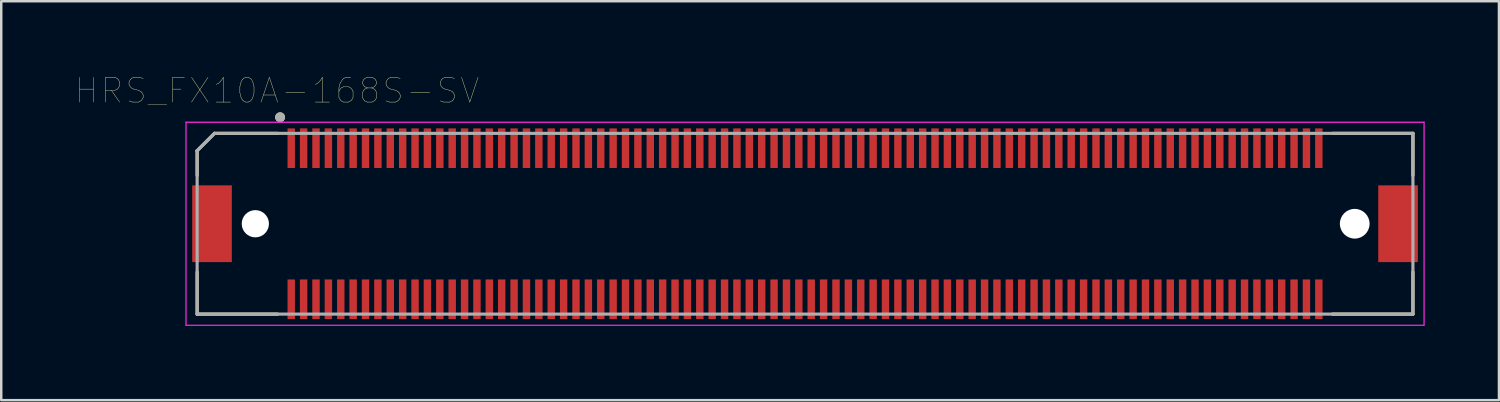
<source format=kicad_pcb>
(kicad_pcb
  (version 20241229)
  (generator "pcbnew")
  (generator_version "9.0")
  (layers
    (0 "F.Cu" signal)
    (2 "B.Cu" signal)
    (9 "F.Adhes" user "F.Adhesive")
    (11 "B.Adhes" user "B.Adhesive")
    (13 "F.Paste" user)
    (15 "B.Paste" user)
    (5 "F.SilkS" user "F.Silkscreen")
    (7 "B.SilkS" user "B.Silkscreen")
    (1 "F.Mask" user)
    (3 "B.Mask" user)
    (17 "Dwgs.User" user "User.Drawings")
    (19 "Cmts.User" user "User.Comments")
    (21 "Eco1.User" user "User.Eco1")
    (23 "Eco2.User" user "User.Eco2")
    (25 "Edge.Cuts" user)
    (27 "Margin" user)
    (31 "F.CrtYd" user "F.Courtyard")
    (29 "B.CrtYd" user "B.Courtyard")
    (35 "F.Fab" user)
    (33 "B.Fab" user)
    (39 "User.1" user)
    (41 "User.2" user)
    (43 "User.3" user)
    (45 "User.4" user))
  (footprint "HRS_FX10A-168S-SV"
    (layer "F.Cu")
    (at 29.462 5.986)
    (property "Reference" "HRS_FX10A-168S-SV" (at -21.325 -5.375 0) (layer "F.SilkS") (effects (font (size 1 1) (thickness 0.015))))
    (attr through_hole)
    (fp_line (start -24.55 -2.95) (end -24.55 -1.95) (stroke (width 0.127) (type solid)) (layer "F.SilkS"))
    (fp_line (start -24.55 -2.95) (end -23.85 -3.65) (stroke (width 0.127) (type solid)) (layer "F.SilkS"))
    (fp_line (start -24.55 3.65) (end -24.55 1.95) (stroke (width 0.127) (type solid)) (layer "F.SilkS"))
    (fp_line (start -23.85 -3.65) (end -21.3 -3.65) (stroke (width 0.127) (type solid)) (layer "F.SilkS"))
    (fp_line (start -21.3 3.65) (end -24.55 3.65) (stroke (width 0.127) (type solid)) (layer "F.SilkS"))
    (fp_line (start 21.3 -3.65) (end 24.55 -3.65) (stroke (width 0.127) (type solid)) (layer "F.SilkS"))
    (fp_line (start 24.55 -3.65) (end 24.55 -1.95) (stroke (width 0.127) (type solid)) (layer "F.SilkS"))
    (fp_line (start 24.55 1.95) (end 24.55 3.65) (stroke (width 0.127) (type solid)) (layer "F.SilkS"))
    (fp_line (start 24.55 3.65) (end 21.3 3.65) (stroke (width 0.127) (type solid)) (layer "F.SilkS"))
    (fp_circle (center -21.2 -4.3) (end -21.1 -4.3) (stroke (width 0.2) (type solid)) (fill no) (layer "F.SilkS"))
    (fp_poly (pts (xy -20.875 -3.85) (xy -20.625 -3.85) (xy -20.625 -2.25) (xy -20.875 -2.25)) (stroke (width 0.01) (type solid)) (fill yes) (layer "F.Paste"))
    (fp_poly (pts (xy -20.875 2.25) (xy -20.625 2.25) (xy -20.625 3.85) (xy -20.875 3.85)) (stroke (width 0.01) (type solid)) (fill yes) (layer "F.Paste"))
    (fp_poly (pts (xy -20.375 -3.85) (xy -20.125 -3.85) (xy -20.125 -2.25) (xy -20.375 -2.25)) (stroke (width 0.01) (type solid)) (fill yes) (layer "F.Paste"))
    (fp_poly (pts (xy -20.375 2.25) (xy -20.125 2.25) (xy -20.125 3.85) (xy -20.375 3.85)) (stroke (width 0.01) (type solid)) (fill yes) (layer "F.Paste"))
    (fp_poly (pts (xy -19.875 -3.85) (xy -19.625 -3.85) (xy -19.625 -2.25) (xy -19.875 -2.25)) (stroke (width 0.01) (type solid)) (fill yes) (layer "F.Paste"))
    (fp_poly (pts (xy -19.875 2.25) (xy -19.625 2.25) (xy -19.625 3.85) (xy -19.875 3.85)) (stroke (width 0.01) (type solid)) (fill yes) (layer "F.Paste"))
    (fp_poly (pts (xy -19.375 -3.85) (xy -19.125 -3.85) (xy -19.125 -2.25) (xy -19.375 -2.25)) (stroke (width 0.01) (type solid)) (fill yes) (layer "F.Paste"))
    (fp_poly (pts (xy -19.375 2.25) (xy -19.125 2.25) (xy -19.125 3.85) (xy -19.375 3.85)) (stroke (width 0.01) (type solid)) (fill yes) (layer "F.Paste"))
    (fp_poly (pts (xy -18.875 -3.85) (xy -18.625 -3.85) (xy -18.625 -2.25) (xy -18.875 -2.25)) (stroke (width 0.01) (type solid)) (fill yes) (layer "F.Paste"))
    (fp_poly (pts (xy -18.875 2.25) (xy -18.625 2.25) (xy -18.625 3.85) (xy -18.875 3.85)) (stroke (width 0.01) (type solid)) (fill yes) (layer "F.Paste"))
    (fp_poly (pts (xy -18.375 -3.85) (xy -18.125 -3.85) (xy -18.125 -2.25) (xy -18.375 -2.25)) (stroke (width 0.01) (type solid)) (fill yes) (layer "F.Paste"))
    (fp_poly (pts (xy -18.375 2.25) (xy -18.125 2.25) (xy -18.125 3.85) (xy -18.375 3.85)) (stroke (width 0.01) (type solid)) (fill yes) (layer "F.Paste"))
    (fp_poly (pts (xy -17.875 -3.85) (xy -17.625 -3.85) (xy -17.625 -2.25) (xy -17.875 -2.25)) (stroke (width 0.01) (type solid)) (fill yes) (layer "F.Paste"))
    (fp_poly (pts (xy -17.875 2.25) (xy -17.625 2.25) (xy -17.625 3.85) (xy -17.875 3.85)) (stroke (width 0.01) (type solid)) (fill yes) (layer "F.Paste"))
    (fp_poly (pts (xy -17.375 -3.85) (xy -17.125 -3.85) (xy -17.125 -2.25) (xy -17.375 -2.25)) (stroke (width 0.01) (type solid)) (fill yes) (layer "F.Paste"))
    (fp_poly (pts (xy -17.375 2.25) (xy -17.125 2.25) (xy -17.125 3.85) (xy -17.375 3.85)) (stroke (width 0.01) (type solid)) (fill yes) (layer "F.Paste"))
    (fp_poly (pts (xy -16.875 -3.85) (xy -16.625 -3.85) (xy -16.625 -2.25) (xy -16.875 -2.25)) (stroke (width 0.01) (type solid)) (fill yes) (layer "F.Paste"))
    (fp_poly (pts (xy -16.875 2.25) (xy -16.625 2.25) (xy -16.625 3.85) (xy -16.875 3.85)) (stroke (width 0.01) (type solid)) (fill yes) (layer "F.Paste"))
    (fp_poly (pts (xy -16.375 -3.85) (xy -16.125 -3.85) (xy -16.125 -2.25) (xy -16.375 -2.25)) (stroke (width 0.01) (type solid)) (fill yes) (layer "F.Paste"))
    (fp_poly (pts (xy -16.375 2.25) (xy -16.125 2.25) (xy -16.125 3.85) (xy -16.375 3.85)) (stroke (width 0.01) (type solid)) (fill yes) (layer "F.Paste"))
    (fp_poly (pts (xy -15.875 -3.85) (xy -15.625 -3.85) (xy -15.625 -2.25) (xy -15.875 -2.25)) (stroke (width 0.01) (type solid)) (fill yes) (layer "F.Paste"))
    (fp_poly (pts (xy -15.875 2.25) (xy -15.625 2.25) (xy -15.625 3.85) (xy -15.875 3.85)) (stroke (width 0.01) (type solid)) (fill yes) (layer "F.Paste"))
    (fp_poly (pts (xy -15.375 -3.85) (xy -15.125 -3.85) (xy -15.125 -2.25) (xy -15.375 -2.25)) (stroke (width 0.01) (type solid)) (fill yes) (layer "F.Paste"))
    (fp_poly (pts (xy -15.375 2.25) (xy -15.125 2.25) (xy -15.125 3.85) (xy -15.375 3.85)) (stroke (width 0.01) (type solid)) (fill yes) (layer "F.Paste"))
    (fp_poly (pts (xy -14.875 -3.85) (xy -14.625 -3.85) (xy -14.625 -2.25) (xy -14.875 -2.25)) (stroke (width 0.01) (type solid)) (fill yes) (layer "F.Paste"))
    (fp_poly (pts (xy -14.875 2.25) (xy -14.625 2.25) (xy -14.625 3.85) (xy -14.875 3.85)) (stroke (width 0.01) (type solid)) (fill yes) (layer "F.Paste"))
    (fp_poly (pts (xy -14.375 -3.85) (xy -14.125 -3.85) (xy -14.125 -2.25) (xy -14.375 -2.25)) (stroke (width 0.01) (type solid)) (fill yes) (layer "F.Paste"))
    (fp_poly (pts (xy -14.375 2.25) (xy -14.125 2.25) (xy -14.125 3.85) (xy -14.375 3.85)) (stroke (width 0.01) (type solid)) (fill yes) (layer "F.Paste"))
    (fp_poly (pts (xy -13.875 -3.85) (xy -13.625 -3.85) (xy -13.625 -2.25) (xy -13.875 -2.25)) (stroke (width 0.01) (type solid)) (fill yes) (layer "F.Paste"))
    (fp_poly (pts (xy -13.875 2.25) (xy -13.625 2.25) (xy -13.625 3.85) (xy -13.875 3.85)) (stroke (width 0.01) (type solid)) (fill yes) (layer "F.Paste"))
    (fp_poly (pts (xy -13.375 -3.85) (xy -13.125 -3.85) (xy -13.125 -2.25) (xy -13.375 -2.25)) (stroke (width 0.01) (type solid)) (fill yes) (layer "F.Paste"))
    (fp_poly (pts (xy -13.375 2.25) (xy -13.125 2.25) (xy -13.125 3.85) (xy -13.375 3.85)) (stroke (width 0.01) (type solid)) (fill yes) (layer "F.Paste"))
    (fp_poly (pts (xy -12.875 -3.85) (xy -12.625 -3.85) (xy -12.625 -2.25) (xy -12.875 -2.25)) (stroke (width 0.01) (type solid)) (fill yes) (layer "F.Paste"))
    (fp_poly (pts (xy -12.875 2.25) (xy -12.625 2.25) (xy -12.625 3.85) (xy -12.875 3.85)) (stroke (width 0.01) (type solid)) (fill yes) (layer "F.Paste"))
    (fp_poly (pts (xy -12.375 -3.85) (xy -12.125 -3.85) (xy -12.125 -2.25) (xy -12.375 -2.25)) (stroke (width 0.01) (type solid)) (fill yes) (layer "F.Paste"))
    (fp_poly (pts (xy -12.375 2.25) (xy -12.125 2.25) (xy -12.125 3.85) (xy -12.375 3.85)) (stroke (width 0.01) (type solid)) (fill yes) (layer "F.Paste"))
    (fp_poly (pts (xy -11.875 -3.85) (xy -11.625 -3.85) (xy -11.625 -2.25) (xy -11.875 -2.25)) (stroke (width 0.01) (type solid)) (fill yes) (layer "F.Paste"))
    (fp_poly (pts (xy -11.875 2.25) (xy -11.625 2.25) (xy -11.625 3.85) (xy -11.875 3.85)) (stroke (width 0.01) (type solid)) (fill yes) (layer "F.Paste"))
    (fp_poly (pts (xy -11.375 -3.85) (xy -11.125 -3.85) (xy -11.125 -2.25) (xy -11.375 -2.25)) (stroke (width 0.01) (type solid)) (fill yes) (layer "F.Paste"))
    (fp_poly (pts (xy -11.375 2.25) (xy -11.125 2.25) (xy -11.125 3.85) (xy -11.375 3.85)) (stroke (width 0.01) (type solid)) (fill yes) (layer "F.Paste"))
    (fp_poly (pts (xy -10.875 -3.85) (xy -10.625 -3.85) (xy -10.625 -2.25) (xy -10.875 -2.25)) (stroke (width 0.01) (type solid)) (fill yes) (layer "F.Paste"))
    (fp_poly (pts (xy -10.875 2.25) (xy -10.625 2.25) (xy -10.625 3.85) (xy -10.875 3.85)) (stroke (width 0.01) (type solid)) (fill yes) (layer "F.Paste"))
    (fp_poly (pts (xy -10.375 -3.85) (xy -10.125 -3.85) (xy -10.125 -2.25) (xy -10.375 -2.25)) (stroke (width 0.01) (type solid)) (fill yes) (layer "F.Paste"))
    (fp_poly (pts (xy -10.375 2.25) (xy -10.125 2.25) (xy -10.125 3.85) (xy -10.375 3.85)) (stroke (width 0.01) (type solid)) (fill yes) (layer "F.Paste"))
    (fp_poly (pts (xy -9.875 -3.85) (xy -9.625 -3.85) (xy -9.625 -2.25) (xy -9.875 -2.25)) (stroke (width 0.01) (type solid)) (fill yes) (layer "F.Paste"))
    (fp_poly (pts (xy -9.875 2.25) (xy -9.625 2.25) (xy -9.625 3.85) (xy -9.875 3.85)) (stroke (width 0.01) (type solid)) (fill yes) (layer "F.Paste"))
    (fp_poly (pts (xy -9.375 -3.85) (xy -9.125 -3.85) (xy -9.125 -2.25) (xy -9.375 -2.25)) (stroke (width 0.01) (type solid)) (fill yes) (layer "F.Paste"))
    (fp_poly (pts (xy -9.375 2.25) (xy -9.125 2.25) (xy -9.125 3.85) (xy -9.375 3.85)) (stroke (width 0.01) (type solid)) (fill yes) (layer "F.Paste"))
    (fp_poly (pts (xy -8.875 -3.85) (xy -8.625 -3.85) (xy -8.625 -2.25) (xy -8.875 -2.25)) (stroke (width 0.01) (type solid)) (fill yes) (layer "F.Paste"))
    (fp_poly (pts (xy -8.875 2.25) (xy -8.625 2.25) (xy -8.625 3.85) (xy -8.875 3.85)) (stroke (width 0.01) (type solid)) (fill yes) (layer "F.Paste"))
    (fp_poly (pts (xy -8.375 -3.85) (xy -8.125 -3.85) (xy -8.125 -2.25) (xy -8.375 -2.25)) (stroke (width 0.01) (type solid)) (fill yes) (layer "F.Paste"))
    (fp_poly (pts (xy -8.375 2.25) (xy -8.125 2.25) (xy -8.125 3.85) (xy -8.375 3.85)) (stroke (width 0.01) (type solid)) (fill yes) (layer "F.Paste"))
    (fp_poly (pts (xy -7.875 -3.85) (xy -7.625 -3.85) (xy -7.625 -2.25) (xy -7.875 -2.25)) (stroke (width 0.01) (type solid)) (fill yes) (layer "F.Paste"))
    (fp_poly (pts (xy -7.875 2.25) (xy -7.625 2.25) (xy -7.625 3.85) (xy -7.875 3.85)) (stroke (width 0.01) (type solid)) (fill yes) (layer "F.Paste"))
    (fp_poly (pts (xy -7.375 -3.85) (xy -7.125 -3.85) (xy -7.125 -2.25) (xy -7.375 -2.25)) (stroke (width 0.01) (type solid)) (fill yes) (layer "F.Paste"))
    (fp_poly (pts (xy -7.375 2.25) (xy -7.125 2.25) (xy -7.125 3.85) (xy -7.375 3.85)) (stroke (width 0.01) (type solid)) (fill yes) (layer "F.Paste"))
    (fp_poly (pts (xy -6.875 -3.85) (xy -6.625 -3.85) (xy -6.625 -2.25) (xy -6.875 -2.25)) (stroke (width 0.01) (type solid)) (fill yes) (layer "F.Paste"))
    (fp_poly (pts (xy -6.875 2.25) (xy -6.625 2.25) (xy -6.625 3.85) (xy -6.875 3.85)) (stroke (width 0.01) (type solid)) (fill yes) (layer "F.Paste"))
    (fp_poly (pts (xy -6.375 -3.85) (xy -6.125 -3.85) (xy -6.125 -2.25) (xy -6.375 -2.25)) (stroke (width 0.01) (type solid)) (fill yes) (layer "F.Paste"))
    (fp_poly (pts (xy -6.375 2.25) (xy -6.125 2.25) (xy -6.125 3.85) (xy -6.375 3.85)) (stroke (width 0.01) (type solid)) (fill yes) (layer "F.Paste"))
    (fp_poly (pts (xy -5.875 -3.85) (xy -5.625 -3.85) (xy -5.625 -2.25) (xy -5.875 -2.25)) (stroke (width 0.01) (type solid)) (fill yes) (layer "F.Paste"))
    (fp_poly (pts (xy -5.875 2.25) (xy -5.625 2.25) (xy -5.625 3.85) (xy -5.875 3.85)) (stroke (width 0.01) (type solid)) (fill yes) (layer "F.Paste"))
    (fp_poly (pts (xy -5.375 -3.85) (xy -5.125 -3.85) (xy -5.125 -2.25) (xy -5.375 -2.25)) (stroke (width 0.01) (type solid)) (fill yes) (layer "F.Paste"))
    (fp_poly (pts (xy -5.375 2.25) (xy -5.125 2.25) (xy -5.125 3.85) (xy -5.375 3.85)) (stroke (width 0.01) (type solid)) (fill yes) (layer "F.Paste"))
    (fp_poly (pts (xy -4.875 -3.85) (xy -4.625 -3.85) (xy -4.625 -2.25) (xy -4.875 -2.25)) (stroke (width 0.01) (type solid)) (fill yes) (layer "F.Paste"))
    (fp_poly (pts (xy -4.875 2.25) (xy -4.625 2.25) (xy -4.625 3.85) (xy -4.875 3.85)) (stroke (width 0.01) (type solid)) (fill yes) (layer "F.Paste"))
    (fp_poly (pts (xy -4.375 -3.85) (xy -4.125 -3.85) (xy -4.125 -2.25) (xy -4.375 -2.25)) (stroke (width 0.01) (type solid)) (fill yes) (layer "F.Paste"))
    (fp_poly (pts (xy -4.375 2.25) (xy -4.125 2.25) (xy -4.125 3.85) (xy -4.375 3.85)) (stroke (width 0.01) (type solid)) (fill yes) (layer "F.Paste"))
    (fp_poly (pts (xy -3.875 -3.85) (xy -3.625 -3.85) (xy -3.625 -2.25) (xy -3.875 -2.25)) (stroke (width 0.01) (type solid)) (fill yes) (layer "F.Paste"))
    (fp_poly (pts (xy -3.875 2.25) (xy -3.625 2.25) (xy -3.625 3.85) (xy -3.875 3.85)) (stroke (width 0.01) (type solid)) (fill yes) (layer "F.Paste"))
    (fp_poly (pts (xy -3.375 -3.85) (xy -3.125 -3.85) (xy -3.125 -2.25) (xy -3.375 -2.25)) (stroke (width 0.01) (type solid)) (fill yes) (layer "F.Paste"))
    (fp_poly (pts (xy -3.375 2.25) (xy -3.125 2.25) (xy -3.125 3.85) (xy -3.375 3.85)) (stroke (width 0.01) (type solid)) (fill yes) (layer "F.Paste"))
    (fp_poly (pts (xy -2.875 -3.85) (xy -2.625 -3.85) (xy -2.625 -2.25) (xy -2.875 -2.25)) (stroke (width 0.01) (type solid)) (fill yes) (layer "F.Paste"))
    (fp_poly (pts (xy -2.875 2.25) (xy -2.625 2.25) (xy -2.625 3.85) (xy -2.875 3.85)) (stroke (width 0.01) (type solid)) (fill yes) (layer "F.Paste"))
    (fp_poly (pts (xy -2.375 -3.85) (xy -2.125 -3.85) (xy -2.125 -2.25) (xy -2.375 -2.25)) (stroke (width 0.01) (type solid)) (fill yes) (layer "F.Paste"))
    (fp_poly (pts (xy -2.375 2.25) (xy -2.125 2.25) (xy -2.125 3.85) (xy -2.375 3.85)) (stroke (width 0.01) (type solid)) (fill yes) (layer "F.Paste"))
    (fp_poly (pts (xy -1.875 -3.85) (xy -1.625 -3.85) (xy -1.625 -2.25) (xy -1.875 -2.25)) (stroke (width 0.01) (type solid)) (fill yes) (layer "F.Paste"))
    (fp_poly (pts (xy -1.875 2.25) (xy -1.625 2.25) (xy -1.625 3.85) (xy -1.875 3.85)) (stroke (width 0.01) (type solid)) (fill yes) (layer "F.Paste"))
    (fp_poly (pts (xy -1.375 -3.85) (xy -1.125 -3.85) (xy -1.125 -2.25) (xy -1.375 -2.25)) (stroke (width 0.01) (type solid)) (fill yes) (layer "F.Paste"))
    (fp_poly (pts (xy -1.375 2.25) (xy -1.125 2.25) (xy -1.125 3.85) (xy -1.375 3.85)) (stroke (width 0.01) (type solid)) (fill yes) (layer "F.Paste"))
    (fp_poly (pts (xy -0.875 -3.85) (xy -0.625 -3.85) (xy -0.625 -2.25) (xy -0.875 -2.25)) (stroke (width 0.01) (type solid)) (fill yes) (layer "F.Paste"))
    (fp_poly (pts (xy -0.875 2.25) (xy -0.625 2.25) (xy -0.625 3.85) (xy -0.875 3.85)) (stroke (width 0.01) (type solid)) (fill yes) (layer "F.Paste"))
    (fp_poly (pts (xy -0.375 -3.85) (xy -0.125 -3.85) (xy -0.125 -2.25) (xy -0.375 -2.25)) (stroke (width 0.01) (type solid)) (fill yes) (layer "F.Paste"))
    (fp_poly (pts (xy -0.375 2.25) (xy -0.125 2.25) (xy -0.125 3.85) (xy -0.375 3.85)) (stroke (width 0.01) (type solid)) (fill yes) (layer "F.Paste"))
    (fp_poly (pts (xy 0.125 -3.85) (xy 0.375 -3.85) (xy 0.375 -2.25) (xy 0.125 -2.25)) (stroke (width 0.01) (type solid)) (fill yes) (layer "F.Paste"))
    (fp_poly (pts (xy 0.125 2.25) (xy 0.375 2.25) (xy 0.375 3.85) (xy 0.125 3.85)) (stroke (width 0.01) (type solid)) (fill yes) (layer "F.Paste"))
    (fp_poly (pts (xy 0.625 -3.85) (xy 0.875 -3.85) (xy 0.875 -2.25) (xy 0.625 -2.25)) (stroke (width 0.01) (type solid)) (fill yes) (layer "F.Paste"))
    (fp_poly (pts (xy 0.625 2.25) (xy 0.875 2.25) (xy 0.875 3.85) (xy 0.625 3.85)) (stroke (width 0.01) (type solid)) (fill yes) (layer "F.Paste"))
    (fp_poly (pts (xy 1.125 -3.85) (xy 1.375 -3.85) (xy 1.375 -2.25) (xy 1.125 -2.25)) (stroke (width 0.01) (type solid)) (fill yes) (layer "F.Paste"))
    (fp_poly (pts (xy 1.125 2.25) (xy 1.375 2.25) (xy 1.375 3.85) (xy 1.125 3.85)) (stroke (width 0.01) (type solid)) (fill yes) (layer "F.Paste"))
    (fp_poly (pts (xy 1.625 -3.85) (xy 1.875 -3.85) (xy 1.875 -2.25) (xy 1.625 -2.25)) (stroke (width 0.01) (type solid)) (fill yes) (layer "F.Paste"))
    (fp_poly (pts (xy 1.625 2.25) (xy 1.875 2.25) (xy 1.875 3.85) (xy 1.625 3.85)) (stroke (width 0.01) (type solid)) (fill yes) (layer "F.Paste"))
    (fp_poly (pts (xy 2.125 -3.85) (xy 2.375 -3.85) (xy 2.375 -2.25) (xy 2.125 -2.25)) (stroke (width 0.01) (type solid)) (fill yes) (layer "F.Paste"))
    (fp_poly (pts (xy 2.125 2.25) (xy 2.375 2.25) (xy 2.375 3.85) (xy 2.125 3.85)) (stroke (width 0.01) (type solid)) (fill yes) (layer "F.Paste"))
    (fp_poly (pts (xy 2.625 -3.85) (xy 2.875 -3.85) (xy 2.875 -2.25) (xy 2.625 -2.25)) (stroke (width 0.01) (type solid)) (fill yes) (layer "F.Paste"))
    (fp_poly (pts (xy 2.625 2.25) (xy 2.875 2.25) (xy 2.875 3.85) (xy 2.625 3.85)) (stroke (width 0.01) (type solid)) (fill yes) (layer "F.Paste"))
    (fp_poly (pts (xy 3.125 -3.85) (xy 3.375 -3.85) (xy 3.375 -2.25) (xy 3.125 -2.25)) (stroke (width 0.01) (type solid)) (fill yes) (layer "F.Paste"))
    (fp_poly (pts (xy 3.125 2.25) (xy 3.375 2.25) (xy 3.375 3.85) (xy 3.125 3.85)) (stroke (width 0.01) (type solid)) (fill yes) (layer "F.Paste"))
    (fp_poly (pts (xy 3.625 -3.85) (xy 3.875 -3.85) (xy 3.875 -2.25) (xy 3.625 -2.25)) (stroke (width 0.01) (type solid)) (fill yes) (layer "F.Paste"))
    (fp_poly (pts (xy 3.625 2.25) (xy 3.875 2.25) (xy 3.875 3.85) (xy 3.625 3.85)) (stroke (width 0.01) (type solid)) (fill yes) (layer "F.Paste"))
    (fp_poly (pts (xy 4.125 -3.85) (xy 4.375 -3.85) (xy 4.375 -2.25) (xy 4.125 -2.25)) (stroke (width 0.01) (type solid)) (fill yes) (layer "F.Paste"))
    (fp_poly (pts (xy 4.125 2.25) (xy 4.375 2.25) (xy 4.375 3.85) (xy 4.125 3.85)) (stroke (width 0.01) (type solid)) (fill yes) (layer "F.Paste"))
    (fp_poly (pts (xy 4.625 -3.85) (xy 4.875 -3.85) (xy 4.875 -2.25) (xy 4.625 -2.25)) (stroke (width 0.01) (type solid)) (fill yes) (layer "F.Paste"))
    (fp_poly (pts (xy 4.625 2.25) (xy 4.875 2.25) (xy 4.875 3.85) (xy 4.625 3.85)) (stroke (width 0.01) (type solid)) (fill yes) (layer "F.Paste"))
    (fp_poly (pts (xy 5.125 -3.85) (xy 5.375 -3.85) (xy 5.375 -2.25) (xy 5.125 -2.25)) (stroke (width 0.01) (type solid)) (fill yes) (layer "F.Paste"))
    (fp_poly (pts (xy 5.125 2.25) (xy 5.375 2.25) (xy 5.375 3.85) (xy 5.125 3.85)) (stroke (width 0.01) (type solid)) (fill yes) (layer "F.Paste"))
    (fp_poly (pts (xy 5.625 -3.85) (xy 5.875 -3.85) (xy 5.875 -2.25) (xy 5.625 -2.25)) (stroke (width 0.01) (type solid)) (fill yes) (layer "F.Paste"))
    (fp_poly (pts (xy 5.625 2.25) (xy 5.875 2.25) (xy 5.875 3.85) (xy 5.625 3.85)) (stroke (width 0.01) (type solid)) (fill yes) (layer "F.Paste"))
    (fp_poly (pts (xy 6.125 -3.85) (xy 6.375 -3.85) (xy 6.375 -2.25) (xy 6.125 -2.25)) (stroke (width 0.01) (type solid)) (fill yes) (layer "F.Paste"))
    (fp_poly (pts (xy 6.125 2.25) (xy 6.375 2.25) (xy 6.375 3.85) (xy 6.125 3.85)) (stroke (width 0.01) (type solid)) (fill yes) (layer "F.Paste"))
    (fp_poly (pts (xy 6.625 -3.85) (xy 6.875 -3.85) (xy 6.875 -2.25) (xy 6.625 -2.25)) (stroke (width 0.01) (type solid)) (fill yes) (layer "F.Paste"))
    (fp_poly (pts (xy 6.625 2.25) (xy 6.875 2.25) (xy 6.875 3.85) (xy 6.625 3.85)) (stroke (width 0.01) (type solid)) (fill yes) (layer "F.Paste"))
    (fp_poly (pts (xy 7.125 -3.85) (xy 7.375 -3.85) (xy 7.375 -2.25) (xy 7.125 -2.25)) (stroke (width 0.01) (type solid)) (fill yes) (layer "F.Paste"))
    (fp_poly (pts (xy 7.125 2.25) (xy 7.375 2.25) (xy 7.375 3.85) (xy 7.125 3.85)) (stroke (width 0.01) (type solid)) (fill yes) (layer "F.Paste"))
    (fp_poly (pts (xy 7.625 -3.85) (xy 7.875 -3.85) (xy 7.875 -2.25) (xy 7.625 -2.25)) (stroke (width 0.01) (type solid)) (fill yes) (layer "F.Paste"))
    (fp_poly (pts (xy 7.625 2.25) (xy 7.875 2.25) (xy 7.875 3.85) (xy 7.625 3.85)) (stroke (width 0.01) (type solid)) (fill yes) (layer "F.Paste"))
    (fp_poly (pts (xy 8.125 -3.85) (xy 8.375 -3.85) (xy 8.375 -2.25) (xy 8.125 -2.25)) (stroke (width 0.01) (type solid)) (fill yes) (layer "F.Paste"))
    (fp_poly (pts (xy 8.125 2.25) (xy 8.375 2.25) (xy 8.375 3.85) (xy 8.125 3.85)) (stroke (width 0.01) (type solid)) (fill yes) (layer "F.Paste"))
    (fp_poly (pts (xy 8.625 -3.85) (xy 8.875 -3.85) (xy 8.875 -2.25) (xy 8.625 -2.25)) (stroke (width 0.01) (type solid)) (fill yes) (layer "F.Paste"))
    (fp_poly (pts (xy 8.625 2.25) (xy 8.875 2.25) (xy 8.875 3.85) (xy 8.625 3.85)) (stroke (width 0.01) (type solid)) (fill yes) (layer "F.Paste"))
    (fp_poly (pts (xy 9.125 -3.85) (xy 9.375 -3.85) (xy 9.375 -2.25) (xy 9.125 -2.25)) (stroke (width 0.01) (type solid)) (fill yes) (layer "F.Paste"))
    (fp_poly (pts (xy 9.125 2.25) (xy 9.375 2.25) (xy 9.375 3.85) (xy 9.125 3.85)) (stroke (width 0.01) (type solid)) (fill yes) (layer "F.Paste"))
    (fp_poly (pts (xy 9.625 -3.85) (xy 9.875 -3.85) (xy 9.875 -2.25) (xy 9.625 -2.25)) (stroke (width 0.01) (type solid)) (fill yes) (layer "F.Paste"))
    (fp_poly (pts (xy 9.625 2.25) (xy 9.875 2.25) (xy 9.875 3.85) (xy 9.625 3.85)) (stroke (width 0.01) (type solid)) (fill yes) (layer "F.Paste"))
    (fp_poly (pts (xy 10.125 -3.85) (xy 10.375 -3.85) (xy 10.375 -2.25) (xy 10.125 -2.25)) (stroke (width 0.01) (type solid)) (fill yes) (layer "F.Paste"))
    (fp_poly (pts (xy 10.125 2.25) (xy 10.375 2.25) (xy 10.375 3.85) (xy 10.125 3.85)) (stroke (width 0.01) (type solid)) (fill yes) (layer "F.Paste"))
    (fp_poly (pts (xy 10.625 -3.85) (xy 10.875 -3.85) (xy 10.875 -2.25) (xy 10.625 -2.25)) (stroke (width 0.01) (type solid)) (fill yes) (layer "F.Paste"))
    (fp_poly (pts (xy 10.625 2.25) (xy 10.875 2.25) (xy 10.875 3.85) (xy 10.625 3.85)) (stroke (width 0.01) (type solid)) (fill yes) (layer "F.Paste"))
    (fp_poly (pts (xy 11.125 -3.85) (xy 11.375 -3.85) (xy 11.375 -2.25) (xy 11.125 -2.25)) (stroke (width 0.01) (type solid)) (fill yes) (layer "F.Paste"))
    (fp_poly (pts (xy 11.125 2.25) (xy 11.375 2.25) (xy 11.375 3.85) (xy 11.125 3.85)) (stroke (width 0.01) (type solid)) (fill yes) (layer "F.Paste"))
    (fp_poly (pts (xy 11.625 -3.85) (xy 11.875 -3.85) (xy 11.875 -2.25) (xy 11.625 -2.25)) (stroke (width 0.01) (type solid)) (fill yes) (layer "F.Paste"))
    (fp_poly (pts (xy 11.625 2.25) (xy 11.875 2.25) (xy 11.875 3.85) (xy 11.625 3.85)) (stroke (width 0.01) (type solid)) (fill yes) (layer "F.Paste"))
    (fp_poly (pts (xy 12.125 -3.85) (xy 12.375 -3.85) (xy 12.375 -2.25) (xy 12.125 -2.25)) (stroke (width 0.01) (type solid)) (fill yes) (layer "F.Paste"))
    (fp_poly (pts (xy 12.125 2.25) (xy 12.375 2.25) (xy 12.375 3.85) (xy 12.125 3.85)) (stroke (width 0.01) (type solid)) (fill yes) (layer "F.Paste"))
    (fp_poly (pts (xy 12.625 -3.85) (xy 12.875 -3.85) (xy 12.875 -2.25) (xy 12.625 -2.25)) (stroke (width 0.01) (type solid)) (fill yes) (layer "F.Paste"))
    (fp_poly (pts (xy 12.625 2.25) (xy 12.875 2.25) (xy 12.875 3.85) (xy 12.625 3.85)) (stroke (width 0.01) (type solid)) (fill yes) (layer "F.Paste"))
    (fp_poly (pts (xy 13.125 -3.85) (xy 13.375 -3.85) (xy 13.375 -2.25) (xy 13.125 -2.25)) (stroke (width 0.01) (type solid)) (fill yes) (layer "F.Paste"))
    (fp_poly (pts (xy 13.125 2.25) (xy 13.375 2.25) (xy 13.375 3.85) (xy 13.125 3.85)) (stroke (width 0.01) (type solid)) (fill yes) (layer "F.Paste"))
    (fp_poly (pts (xy 13.625 -3.85) (xy 13.875 -3.85) (xy 13.875 -2.25) (xy 13.625 -2.25)) (stroke (width 0.01) (type solid)) (fill yes) (layer "F.Paste"))
    (fp_poly (pts (xy 13.625 2.25) (xy 13.875 2.25) (xy 13.875 3.85) (xy 13.625 3.85)) (stroke (width 0.01) (type solid)) (fill yes) (layer "F.Paste"))
    (fp_poly (pts (xy 14.125 -3.85) (xy 14.375 -3.85) (xy 14.375 -2.25) (xy 14.125 -2.25)) (stroke (width 0.01) (type solid)) (fill yes) (layer "F.Paste"))
    (fp_poly (pts (xy 14.125 2.25) (xy 14.375 2.25) (xy 14.375 3.85) (xy 14.125 3.85)) (stroke (width 0.01) (type solid)) (fill yes) (layer "F.Paste"))
    (fp_poly (pts (xy 14.625 -3.85) (xy 14.875 -3.85) (xy 14.875 -2.25) (xy 14.625 -2.25)) (stroke (width 0.01) (type solid)) (fill yes) (layer "F.Paste"))
    (fp_poly (pts (xy 14.625 2.25) (xy 14.875 2.25) (xy 14.875 3.85) (xy 14.625 3.85)) (stroke (width 0.01) (type solid)) (fill yes) (layer "F.Paste"))
    (fp_poly (pts (xy 15.125 -3.85) (xy 15.375 -3.85) (xy 15.375 -2.25) (xy 15.125 -2.25)) (stroke (width 0.01) (type solid)) (fill yes) (layer "F.Paste"))
    (fp_poly (pts (xy 15.125 2.25) (xy 15.375 2.25) (xy 15.375 3.85) (xy 15.125 3.85)) (stroke (width 0.01) (type solid)) (fill yes) (layer "F.Paste"))
    (fp_poly (pts (xy 15.625 -3.85) (xy 15.875 -3.85) (xy 15.875 -2.25) (xy 15.625 -2.25)) (stroke (width 0.01) (type solid)) (fill yes) (layer "F.Paste"))
    (fp_poly (pts (xy 15.625 2.25) (xy 15.875 2.25) (xy 15.875 3.85) (xy 15.625 3.85)) (stroke (width 0.01) (type solid)) (fill yes) (layer "F.Paste"))
    (fp_poly (pts (xy 16.125 -3.85) (xy 16.375 -3.85) (xy 16.375 -2.25) (xy 16.125 -2.25)) (stroke (width 0.01) (type solid)) (fill yes) (layer "F.Paste"))
    (fp_poly (pts (xy 16.125 2.25) (xy 16.375 2.25) (xy 16.375 3.85) (xy 16.125 3.85)) (stroke (width 0.01) (type solid)) (fill yes) (layer "F.Paste"))
    (fp_poly (pts (xy 16.625 -3.85) (xy 16.875 -3.85) (xy 16.875 -2.25) (xy 16.625 -2.25)) (stroke (width 0.01) (type solid)) (fill yes) (layer "F.Paste"))
    (fp_poly (pts (xy 16.625 2.25) (xy 16.875 2.25) (xy 16.875 3.85) (xy 16.625 3.85)) (stroke (width 0.01) (type solid)) (fill yes) (layer "F.Paste"))
    (fp_poly (pts (xy 17.125 -3.85) (xy 17.375 -3.85) (xy 17.375 -2.25) (xy 17.125 -2.25)) (stroke (width 0.01) (type solid)) (fill yes) (layer "F.Paste"))
    (fp_poly (pts (xy 17.125 2.25) (xy 17.375 2.25) (xy 17.375 3.85) (xy 17.125 3.85)) (stroke (width 0.01) (type solid)) (fill yes) (layer "F.Paste"))
    (fp_poly (pts (xy 17.625 -3.85) (xy 17.875 -3.85) (xy 17.875 -2.25) (xy 17.625 -2.25)) (stroke (width 0.01) (type solid)) (fill yes) (layer "F.Paste"))
    (fp_poly (pts (xy 17.625 2.25) (xy 17.875 2.25) (xy 17.875 3.85) (xy 17.625 3.85)) (stroke (width 0.01) (type solid)) (fill yes) (layer "F.Paste"))
    (fp_poly (pts (xy 18.125 -3.85) (xy 18.375 -3.85) (xy 18.375 -2.25) (xy 18.125 -2.25)) (stroke (width 0.01) (type solid)) (fill yes) (layer "F.Paste"))
    (fp_poly (pts (xy 18.125 2.25) (xy 18.375 2.25) (xy 18.375 3.85) (xy 18.125 3.85)) (stroke (width 0.01) (type solid)) (fill yes) (layer "F.Paste"))
    (fp_poly (pts (xy 18.625 -3.85) (xy 18.875 -3.85) (xy 18.875 -2.25) (xy 18.625 -2.25)) (stroke (width 0.01) (type solid)) (fill yes) (layer "F.Paste"))
    (fp_poly (pts (xy 18.625 2.25) (xy 18.875 2.25) (xy 18.875 3.85) (xy 18.625 3.85)) (stroke (width 0.01) (type solid)) (fill yes) (layer "F.Paste"))
    (fp_poly (pts (xy 19.125 -3.85) (xy 19.375 -3.85) (xy 19.375 -2.25) (xy 19.125 -2.25)) (stroke (width 0.01) (type solid)) (fill yes) (layer "F.Paste"))
    (fp_poly (pts (xy 19.125 2.25) (xy 19.375 2.25) (xy 19.375 3.85) (xy 19.125 3.85)) (stroke (width 0.01) (type solid)) (fill yes) (layer "F.Paste"))
    (fp_poly (pts (xy 19.625 -3.85) (xy 19.875 -3.85) (xy 19.875 -2.25) (xy 19.625 -2.25)) (stroke (width 0.01) (type solid)) (fill yes) (layer "F.Paste"))
    (fp_poly (pts (xy 19.625 2.25) (xy 19.875 2.25) (xy 19.875 3.85) (xy 19.625 3.85)) (stroke (width 0.01) (type solid)) (fill yes) (layer "F.Paste"))
    (fp_poly (pts (xy 20.125 -3.85) (xy 20.375 -3.85) (xy 20.375 -2.25) (xy 20.125 -2.25)) (stroke (width 0.01) (type solid)) (fill yes) (layer "F.Paste"))
    (fp_poly (pts (xy 20.125 2.25) (xy 20.375 2.25) (xy 20.375 3.85) (xy 20.125 3.85)) (stroke (width 0.01) (type solid)) (fill yes) (layer "F.Paste"))
    (fp_poly (pts (xy 20.625 -3.85) (xy 20.875 -3.85) (xy 20.875 -2.25) (xy 20.625 -2.25)) (stroke (width 0.01) (type solid)) (fill yes) (layer "F.Paste"))
    (fp_poly (pts (xy 20.625 2.25) (xy 20.875 2.25) (xy 20.875 3.85) (xy 20.625 3.85)) (stroke (width 0.01) (type solid)) (fill yes) (layer "F.Paste"))
    (fp_line (start -25 -4.1) (end 25 -4.1) (stroke (width 0.05) (type solid)) (layer "F.CrtYd"))
    (fp_line (start -25 4.1) (end -25 -4.1) (stroke (width 0.05) (type solid)) (layer "F.CrtYd"))
    (fp_line (start 25 -4.1) (end 25 4.1) (stroke (width 0.05) (type solid)) (layer "F.CrtYd"))
    (fp_line (start 25 4.1) (end -25 4.1) (stroke (width 0.05) (type solid)) (layer "F.CrtYd"))
    (fp_line (start -24.55 -2.95) (end -23.85 -3.65) (stroke (width 0.127) (type solid)) (layer "F.Fab"))
    (fp_line (start -24.55 3.65) (end -24.55 -2.95) (stroke (width 0.127) (type solid)) (layer "F.Fab"))
    (fp_line (start -23.85 -3.65) (end 24.55 -3.65) (stroke (width 0.127) (type solid)) (layer "F.Fab"))
    (fp_line (start 24.55 -3.65) (end 24.55 3.65) (stroke (width 0.127) (type solid)) (layer "F.Fab"))
    (fp_line (start 24.55 3.65) (end -24.55 3.65) (stroke (width 0.127) (type solid)) (layer "F.Fab"))
    (fp_circle (center -21.2 -4.3) (end -21.1 -4.3) (stroke (width 0.2) (type solid)) (fill no) (layer "F.Fab"))
    (pad "" np_thru_hole circle (at -22.2 0) (size 1.1 1.1) (drill 1.1) (layers "*.Cu" "*.Mask"))
    (pad "" np_thru_hole circle (at 22.2 0) (size 1.2 1.2) (drill 1.2) (layers "*.Cu" "*.Mask"))
    (pad "1" smd rect (at -20.75 -3.05) (size 0.3 1.6) (layers "F.Cu" "F.Mask"))
    (pad "2" smd rect (at -20.75 3.05) (size 0.3 1.6) (layers "F.Cu" "F.Mask"))
    (pad "3" smd rect (at -20.25 -3.05) (size 0.3 1.6) (layers "F.Cu" "F.Mask"))
    (pad "4" smd rect (at -20.25 3.05) (size 0.3 1.6) (layers "F.Cu" "F.Mask"))
    (pad "5" smd rect (at -19.75 -3.05) (size 0.3 1.6) (layers "F.Cu" "F.Mask"))
    (pad "6" smd rect (at -19.75 3.05) (size 0.3 1.6) (layers "F.Cu" "F.Mask"))
    (pad "7" smd rect (at -19.25 -3.05) (size 0.3 1.6) (layers "F.Cu" "F.Mask"))
    (pad "8" smd rect (at -19.25 3.05) (size 0.3 1.6) (layers "F.Cu" "F.Mask"))
    (pad "9" smd rect (at -18.75 -3.05) (size 0.3 1.6) (layers "F.Cu" "F.Mask"))
    (pad "10" smd rect (at -18.75 3.05) (size 0.3 1.6) (layers "F.Cu" "F.Mask"))
    (pad "11" smd rect (at -18.25 -3.05) (size 0.3 1.6) (layers "F.Cu" "F.Mask"))
    (pad "12" smd rect (at -18.25 3.05) (size 0.3 1.6) (layers "F.Cu" "F.Mask"))
    (pad "13" smd rect (at -17.75 -3.05) (size 0.3 1.6) (layers "F.Cu" "F.Mask"))
    (pad "14" smd rect (at -17.75 3.05) (size 0.3 1.6) (layers "F.Cu" "F.Mask"))
    (pad "15" smd rect (at -17.25 -3.05) (size 0.3 1.6) (layers "F.Cu" "F.Mask"))
    (pad "16" smd rect (at -17.25 3.05) (size 0.3 1.6) (layers "F.Cu" "F.Mask"))
    (pad "17" smd rect (at -16.75 -3.05) (size 0.3 1.6) (layers "F.Cu" "F.Mask"))
    (pad "18" smd rect (at -16.75 3.05) (size 0.3 1.6) (layers "F.Cu" "F.Mask"))
    (pad "19" smd rect (at -16.25 -3.05) (size 0.3 1.6) (layers "F.Cu" "F.Mask"))
    (pad "20" smd rect (at -16.25 3.05) (size 0.3 1.6) (layers "F.Cu" "F.Mask"))
    (pad "21" smd rect (at -15.75 -3.05) (size 0.3 1.6) (layers "F.Cu" "F.Mask"))
    (pad "22" smd rect (at -15.75 3.05) (size 0.3 1.6) (layers "F.Cu" "F.Mask"))
    (pad "23" smd rect (at -15.25 -3.05) (size 0.3 1.6) (layers "F.Cu" "F.Mask"))
    (pad "24" smd rect (at -15.25 3.05) (size 0.3 1.6) (layers "F.Cu" "F.Mask"))
    (pad "25" smd rect (at -14.75 -3.05) (size 0.3 1.6) (layers "F.Cu" "F.Mask"))
    (pad "26" smd rect (at -14.75 3.05) (size 0.3 1.6) (layers "F.Cu" "F.Mask"))
    (pad "27" smd rect (at -14.25 -3.05) (size 0.3 1.6) (layers "F.Cu" "F.Mask"))
    (pad "28" smd rect (at -14.25 3.05) (size 0.3 1.6) (layers "F.Cu" "F.Mask"))
    (pad "29" smd rect (at -13.75 -3.05) (size 0.3 1.6) (layers "F.Cu" "F.Mask"))
    (pad "30" smd rect (at -13.75 3.05) (size 0.3 1.6) (layers "F.Cu" "F.Mask"))
    (pad "31" smd rect (at -13.25 -3.05) (size 0.3 1.6) (layers "F.Cu" "F.Mask"))
    (pad "32" smd rect (at -13.25 3.05) (size 0.3 1.6) (layers "F.Cu" "F.Mask"))
    (pad "33" smd rect (at -12.75 -3.05) (size 0.3 1.6) (layers "F.Cu" "F.Mask"))
    (pad "34" smd rect (at -12.75 3.05) (size 0.3 1.6) (layers "F.Cu" "F.Mask"))
    (pad "35" smd rect (at -12.25 -3.05) (size 0.3 1.6) (layers "F.Cu" "F.Mask"))
    (pad "36" smd rect (at -12.25 3.05) (size 0.3 1.6) (layers "F.Cu" "F.Mask"))
    (pad "37" smd rect (at -11.75 -3.05) (size 0.3 1.6) (layers "F.Cu" "F.Mask"))
    (pad "38" smd rect (at -11.75 3.05) (size 0.3 1.6) (layers "F.Cu" "F.Mask"))
    (pad "39" smd rect (at -11.25 -3.05) (size 0.3 1.6) (layers "F.Cu" "F.Mask"))
    (pad "40" smd rect (at -11.25 3.05) (size 0.3 1.6) (layers "F.Cu" "F.Mask"))
    (pad "41" smd rect (at -10.75 -3.05) (size 0.3 1.6) (layers "F.Cu" "F.Mask"))
    (pad "42" smd rect (at -10.75 3.05) (size 0.3 1.6) (layers "F.Cu" "F.Mask"))
    (pad "43" smd rect (at -10.25 -3.05) (size 0.3 1.6) (layers "F.Cu" "F.Mask"))
    (pad "44" smd rect (at -10.25 3.05) (size 0.3 1.6) (layers "F.Cu" "F.Mask"))
    (pad "45" smd rect (at -9.75 -3.05) (size 0.3 1.6) (layers "F.Cu" "F.Mask"))
    (pad "46" smd rect (at -9.75 3.05) (size 0.3 1.6) (layers "F.Cu" "F.Mask"))
    (pad "47" smd rect (at -9.25 -3.05) (size 0.3 1.6) (layers "F.Cu" "F.Mask"))
    (pad "48" smd rect (at -9.25 3.05) (size 0.3 1.6) (layers "F.Cu" "F.Mask"))
    (pad "49" smd rect (at -8.75 -3.05) (size 0.3 1.6) (layers "F.Cu" "F.Mask"))
    (pad "50" smd rect (at -8.75 3.05) (size 0.3 1.6) (layers "F.Cu" "F.Mask"))
    (pad "51" smd rect (at -8.25 -3.05) (size 0.3 1.6) (layers "F.Cu" "F.Mask"))
    (pad "52" smd rect (at -8.25 3.05) (size 0.3 1.6) (layers "F.Cu" "F.Mask"))
    (pad "53" smd rect (at -7.75 -3.05) (size 0.3 1.6) (layers "F.Cu" "F.Mask"))
    (pad "54" smd rect (at -7.75 3.05) (size 0.3 1.6) (layers "F.Cu" "F.Mask"))
    (pad "55" smd rect (at -7.25 -3.05) (size 0.3 1.6) (layers "F.Cu" "F.Mask"))
    (pad "56" smd rect (at -7.25 3.05) (size 0.3 1.6) (layers "F.Cu" "F.Mask"))
    (pad "57" smd rect (at -6.75 -3.05) (size 0.3 1.6) (layers "F.Cu" "F.Mask"))
    (pad "58" smd rect (at -6.75 3.05) (size 0.3 1.6) (layers "F.Cu" "F.Mask"))
    (pad "59" smd rect (at -6.25 -3.05) (size 0.3 1.6) (layers "F.Cu" "F.Mask"))
    (pad "60" smd rect (at -6.25 3.05) (size 0.3 1.6) (layers "F.Cu" "F.Mask"))
    (pad "61" smd rect (at -5.75 -3.05) (size 0.3 1.6) (layers "F.Cu" "F.Mask"))
    (pad "62" smd rect (at -5.75 3.05) (size 0.3 1.6) (layers "F.Cu" "F.Mask"))
    (pad "63" smd rect (at -5.25 -3.05) (size 0.3 1.6) (layers "F.Cu" "F.Mask"))
    (pad "64" smd rect (at -5.25 3.05) (size 0.3 1.6) (layers "F.Cu" "F.Mask"))
    (pad "65" smd rect (at -4.75 -3.05) (size 0.3 1.6) (layers "F.Cu" "F.Mask"))
    (pad "66" smd rect (at -4.75 3.05) (size 0.3 1.6) (layers "F.Cu" "F.Mask"))
    (pad "67" smd rect (at -4.25 -3.05) (size 0.3 1.6) (layers "F.Cu" "F.Mask"))
    (pad "68" smd rect (at -4.25 3.05) (size 0.3 1.6) (layers "F.Cu" "F.Mask"))
    (pad "69" smd rect (at -3.75 -3.05) (size 0.3 1.6) (layers "F.Cu" "F.Mask"))
    (pad "70" smd rect (at -3.75 3.05) (size 0.3 1.6) (layers "F.Cu" "F.Mask"))
    (pad "71" smd rect (at -3.25 -3.05) (size 0.3 1.6) (layers "F.Cu" "F.Mask"))
    (pad "72" smd rect (at -3.25 3.05) (size 0.3 1.6) (layers "F.Cu" "F.Mask"))
    (pad "73" smd rect (at -2.75 -3.05) (size 0.3 1.6) (layers "F.Cu" "F.Mask"))
    (pad "74" smd rect (at -2.75 3.05) (size 0.3 1.6) (layers "F.Cu" "F.Mask"))
    (pad "75" smd rect (at -2.25 -3.05) (size 0.3 1.6) (layers "F.Cu" "F.Mask"))
    (pad "76" smd rect (at -2.25 3.05) (size 0.3 1.6) (layers "F.Cu" "F.Mask"))
    (pad "77" smd rect (at -1.75 -3.05) (size 0.3 1.6) (layers "F.Cu" "F.Mask"))
    (pad "78" smd rect (at -1.75 3.05) (size 0.3 1.6) (layers "F.Cu" "F.Mask"))
    (pad "79" smd rect (at -1.25 -3.05) (size 0.3 1.6) (layers "F.Cu" "F.Mask"))
    (pad "80" smd rect (at -1.25 3.05) (size 0.3 1.6) (layers "F.Cu" "F.Mask"))
    (pad "81" smd rect (at -0.75 -3.05) (size 0.3 1.6) (layers "F.Cu" "F.Mask"))
    (pad "82" smd rect (at -0.75 3.05) (size 0.3 1.6) (layers "F.Cu" "F.Mask"))
    (pad "83" smd rect (at -0.25 -3.05) (size 0.3 1.6) (layers "F.Cu" "F.Mask"))
    (pad "84" smd rect (at -0.25 3.05) (size 0.3 1.6) (layers "F.Cu" "F.Mask"))
    (pad "85" smd rect (at 0.25 -3.05) (size 0.3 1.6) (layers "F.Cu" "F.Mask"))
    (pad "86" smd rect (at 0.25 3.05) (size 0.3 1.6) (layers "F.Cu" "F.Mask"))
    (pad "87" smd rect (at 0.75 -3.05) (size 0.3 1.6) (layers "F.Cu" "F.Mask"))
    (pad "88" smd rect (at 0.75 3.05) (size 0.3 1.6) (layers "F.Cu" "F.Mask"))
    (pad "89" smd rect (at 1.25 -3.05) (size 0.3 1.6) (layers "F.Cu" "F.Mask"))
    (pad "90" smd rect (at 1.25 3.05) (size 0.3 1.6) (layers "F.Cu" "F.Mask"))
    (pad "91" smd rect (at 1.75 -3.05) (size 0.3 1.6) (layers "F.Cu" "F.Mask"))
    (pad "92" smd rect (at 1.75 3.05) (size 0.3 1.6) (layers "F.Cu" "F.Mask"))
    (pad "93" smd rect (at 2.25 -3.05) (size 0.3 1.6) (layers "F.Cu" "F.Mask"))
    (pad "94" smd rect (at 2.25 3.05) (size 0.3 1.6) (layers "F.Cu" "F.Mask"))
    (pad "95" smd rect (at 2.75 -3.05) (size 0.3 1.6) (layers "F.Cu" "F.Mask"))
    (pad "96" smd rect (at 2.75 3.05) (size 0.3 1.6) (layers "F.Cu" "F.Mask"))
    (pad "97" smd rect (at 3.25 -3.05) (size 0.3 1.6) (layers "F.Cu" "F.Mask"))
    (pad "98" smd rect (at 3.25 3.05) (size 0.3 1.6) (layers "F.Cu" "F.Mask"))
    (pad "99" smd rect (at 3.75 -3.05) (size 0.3 1.6) (layers "F.Cu" "F.Mask"))
    (pad "100" smd rect (at 3.75 3.05) (size 0.3 1.6) (layers "F.Cu" "F.Mask"))
    (pad "101" smd rect (at 4.25 -3.05) (size 0.3 1.6) (layers "F.Cu" "F.Mask"))
    (pad "102" smd rect (at 4.25 3.05) (size 0.3 1.6) (layers "F.Cu" "F.Mask"))
    (pad "103" smd rect (at 4.75 -3.05) (size 0.3 1.6) (layers "F.Cu" "F.Mask"))
    (pad "104" smd rect (at 4.75 3.05) (size 0.3 1.6) (layers "F.Cu" "F.Mask"))
    (pad "105" smd rect (at 5.25 -3.05) (size 0.3 1.6) (layers "F.Cu" "F.Mask"))
    (pad "106" smd rect (at 5.25 3.05) (size 0.3 1.6) (layers "F.Cu" "F.Mask"))
    (pad "107" smd rect (at 5.75 -3.05) (size 0.3 1.6) (layers "F.Cu" "F.Mask"))
    (pad "108" smd rect (at 5.75 3.05) (size 0.3 1.6) (layers "F.Cu" "F.Mask"))
    (pad "109" smd rect (at 6.25 -3.05) (size 0.3 1.6) (layers "F.Cu" "F.Mask"))
    (pad "110" smd rect (at 6.25 3.05) (size 0.3 1.6) (layers "F.Cu" "F.Mask"))
    (pad "111" smd rect (at 6.75 -3.05) (size 0.3 1.6) (layers "F.Cu" "F.Mask"))
    (pad "112" smd rect (at 6.75 3.05) (size 0.3 1.6) (layers "F.Cu" "F.Mask"))
    (pad "113" smd rect (at 7.25 -3.05) (size 0.3 1.6) (layers "F.Cu" "F.Mask"))
    (pad "114" smd rect (at 7.25 3.05) (size 0.3 1.6) (layers "F.Cu" "F.Mask"))
    (pad "115" smd rect (at 7.75 -3.05) (size 0.3 1.6) (layers "F.Cu" "F.Mask"))
    (pad "116" smd rect (at 7.75 3.05) (size 0.3 1.6) (layers "F.Cu" "F.Mask"))
    (pad "117" smd rect (at 8.25 -3.05) (size 0.3 1.6) (layers "F.Cu" "F.Mask"))
    (pad "118" smd rect (at 8.25 3.05) (size 0.3 1.6) (layers "F.Cu" "F.Mask"))
    (pad "119" smd rect (at 8.75 -3.05) (size 0.3 1.6) (layers "F.Cu" "F.Mask"))
    (pad "120" smd rect (at 8.75 3.05) (size 0.3 1.6) (layers "F.Cu" "F.Mask"))
    (pad "121" smd rect (at 9.25 -3.05) (size 0.3 1.6) (layers "F.Cu" "F.Mask"))
    (pad "122" smd rect (at 9.25 3.05) (size 0.3 1.6) (layers "F.Cu" "F.Mask"))
    (pad "123" smd rect (at 9.75 -3.05) (size 0.3 1.6) (layers "F.Cu" "F.Mask"))
    (pad "124" smd rect (at 9.75 3.05) (size 0.3 1.6) (layers "F.Cu" "F.Mask"))
    (pad "125" smd rect (at 10.25 -3.05) (size 0.3 1.6) (layers "F.Cu" "F.Mask"))
    (pad "126" smd rect (at 10.25 3.05) (size 0.3 1.6) (layers "F.Cu" "F.Mask"))
    (pad "127" smd rect (at 10.75 -3.05) (size 0.3 1.6) (layers "F.Cu" "F.Mask"))
    (pad "128" smd rect (at 10.75 3.05) (size 0.3 1.6) (layers "F.Cu" "F.Mask"))
    (pad "129" smd rect (at 11.25 -3.05) (size 0.3 1.6) (layers "F.Cu" "F.Mask"))
    (pad "130" smd rect (at 11.25 3.05) (size 0.3 1.6) (layers "F.Cu" "F.Mask"))
    (pad "131" smd rect (at 11.75 -3.05) (size 0.3 1.6) (layers "F.Cu" "F.Mask"))
    (pad "132" smd rect (at 11.75 3.05) (size 0.3 1.6) (layers "F.Cu" "F.Mask"))
    (pad "133" smd rect (at 12.25 -3.05) (size 0.3 1.6) (layers "F.Cu" "F.Mask"))
    (pad "134" smd rect (at 12.25 3.05) (size 0.3 1.6) (layers "F.Cu" "F.Mask"))
    (pad "135" smd rect (at 12.75 -3.05) (size 0.3 1.6) (layers "F.Cu" "F.Mask"))
    (pad "136" smd rect (at 12.75 3.05) (size 0.3 1.6) (layers "F.Cu" "F.Mask"))
    (pad "137" smd rect (at 13.25 -3.05) (size 0.3 1.6) (layers "F.Cu" "F.Mask"))
    (pad "138" smd rect (at 13.25 3.05) (size 0.3 1.6) (layers "F.Cu" "F.Mask"))
    (pad "139" smd rect (at 13.75 -3.05) (size 0.3 1.6) (layers "F.Cu" "F.Mask"))
    (pad "140" smd rect (at 13.75 3.05) (size 0.3 1.6) (layers "F.Cu" "F.Mask"))
    (pad "141" smd rect (at 14.25 -3.05) (size 0.3 1.6) (layers "F.Cu" "F.Mask"))
    (pad "142" smd rect (at 14.25 3.05) (size 0.3 1.6) (layers "F.Cu" "F.Mask"))
    (pad "143" smd rect (at 14.75 -3.05) (size 0.3 1.6) (layers "F.Cu" "F.Mask"))
    (pad "144" smd rect (at 14.75 3.05) (size 0.3 1.6) (layers "F.Cu" "F.Mask"))
    (pad "145" smd rect (at 15.25 -3.05) (size 0.3 1.6) (layers "F.Cu" "F.Mask"))
    (pad "146" smd rect (at 15.25 3.05) (size 0.3 1.6) (layers "F.Cu" "F.Mask"))
    (pad "147" smd rect (at 15.75 -3.05) (size 0.3 1.6) (layers "F.Cu" "F.Mask"))
    (pad "148" smd rect (at 15.75 3.05) (size 0.3 1.6) (layers "F.Cu" "F.Mask"))
    (pad "149" smd rect (at 16.25 -3.05) (size 0.3 1.6) (layers "F.Cu" "F.Mask"))
    (pad "150" smd rect (at 16.25 3.05) (size 0.3 1.6) (layers "F.Cu" "F.Mask"))
    (pad "151" smd rect (at 16.75 -3.05) (size 0.3 1.6) (layers "F.Cu" "F.Mask"))
    (pad "152" smd rect (at 16.75 3.05) (size 0.3 1.6) (layers "F.Cu" "F.Mask"))
    (pad "153" smd rect (at 17.25 -3.05) (size 0.3 1.6) (layers "F.Cu" "F.Mask"))
    (pad "154" smd rect (at 17.25 3.05) (size 0.3 1.6) (layers "F.Cu" "F.Mask"))
    (pad "155" smd rect (at 17.75 -3.05) (size 0.3 1.6) (layers "F.Cu" "F.Mask"))
    (pad "156" smd rect (at 17.75 3.05) (size 0.3 1.6) (layers "F.Cu" "F.Mask"))
    (pad "157" smd rect (at 18.25 -3.05) (size 0.3 1.6) (layers "F.Cu" "F.Mask"))
    (pad "158" smd rect (at 18.25 3.05) (size 0.3 1.6) (layers "F.Cu" "F.Mask"))
    (pad "159" smd rect (at 18.75 -3.05) (size 0.3 1.6) (layers "F.Cu" "F.Mask"))
    (pad "160" smd rect (at 18.75 3.05) (size 0.3 1.6) (layers "F.Cu" "F.Mask"))
    (pad "161" smd rect (at 19.25 -3.05) (size 0.3 1.6) (layers "F.Cu" "F.Mask"))
    (pad "162" smd rect (at 19.25 3.05) (size 0.3 1.6) (layers "F.Cu" "F.Mask"))
    (pad "163" smd rect (at 19.75 -3.05) (size 0.3 1.6) (layers "F.Cu" "F.Mask"))
    (pad "164" smd rect (at 19.75 3.05) (size 0.3 1.6) (layers "F.Cu" "F.Mask"))
    (pad "165" smd rect (at 20.25 -3.05) (size 0.3 1.6) (layers "F.Cu" "F.Mask"))
    (pad "166" smd rect (at 20.25 3.05) (size 0.3 1.6) (layers "F.Cu" "F.Mask"))
    (pad "167" smd rect (at 20.75 -3.05) (size 0.3 1.6) (layers "F.Cu" "F.Mask"))
    (pad "168" smd rect (at 20.75 3.05) (size 0.3 1.6) (layers "F.Cu" "F.Mask"))
    (pad "S1" smd rect (at -23.95 0) (size 1.6 3.1) (layers "F.Cu" "F.Mask" "F.Paste"))
    (pad "S2" smd rect (at 23.95 0) (size 1.6 3.1) (layers "F.Cu" "F.Mask" "F.Paste")))
  (gr_rect
    (start -3 -3)
    (end 57.487 13.111)
    (stroke (width 0.1) (type default))
    (fill no)
    (layer "Edge.Cuts")))
</source>
